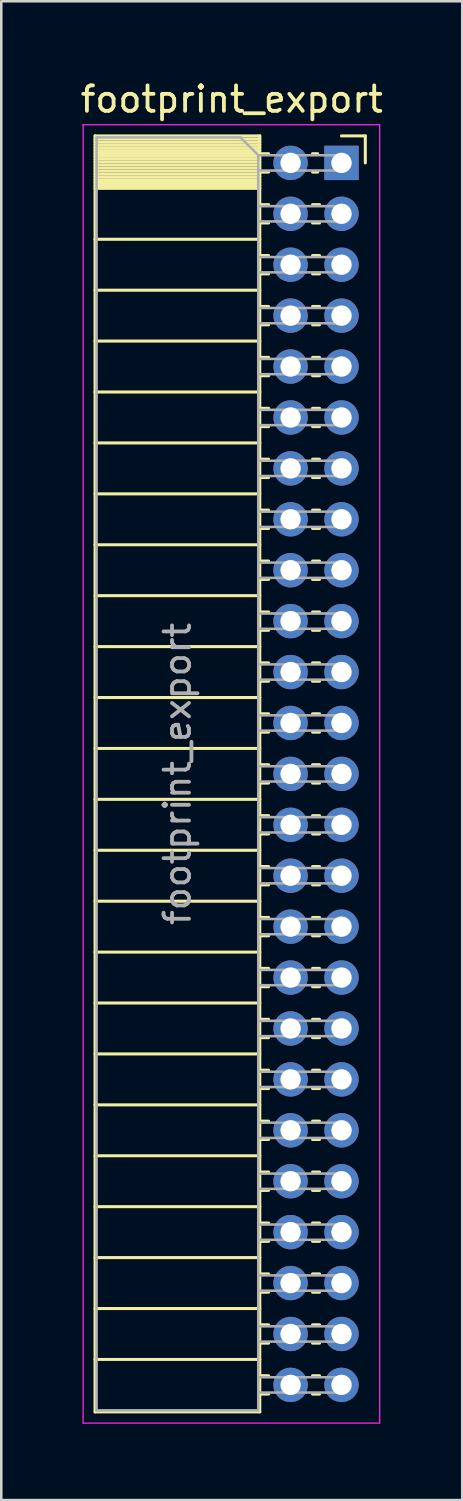
<source format=kicad_pcb>
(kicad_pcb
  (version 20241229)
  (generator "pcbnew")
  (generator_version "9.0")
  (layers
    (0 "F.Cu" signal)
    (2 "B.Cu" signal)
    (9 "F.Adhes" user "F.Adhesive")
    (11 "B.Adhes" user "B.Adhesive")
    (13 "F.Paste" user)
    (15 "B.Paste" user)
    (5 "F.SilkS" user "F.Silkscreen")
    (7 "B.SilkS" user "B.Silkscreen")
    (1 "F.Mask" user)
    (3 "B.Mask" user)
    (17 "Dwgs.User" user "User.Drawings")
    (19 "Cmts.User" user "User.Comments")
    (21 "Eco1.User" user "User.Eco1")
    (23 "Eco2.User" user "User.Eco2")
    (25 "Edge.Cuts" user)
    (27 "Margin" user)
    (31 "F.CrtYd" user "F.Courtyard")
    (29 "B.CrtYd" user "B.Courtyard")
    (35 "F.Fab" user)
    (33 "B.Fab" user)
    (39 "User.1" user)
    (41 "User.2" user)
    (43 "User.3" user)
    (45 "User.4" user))
  (footprint "footprint_export"
    (layer "F.Cu")
    (at 10.364 3.348)
    (property "Reference" "footprint_export" (at -4.31 -2.5 0) (layer "F.SilkS") (effects (font (size 1 1) (thickness 0.15))))
    (attr through_hole)
    (fp_line (start -9.68 -1.06) (end -9.68 49.06) (stroke (width 0.12) (type solid)) (layer "F.SilkS"))
    (fp_line (start -9.68 -1.06) (end -3.21 -1.06) (stroke (width 0.12) (type solid)) (layer "F.SilkS"))
    (fp_line (start -9.68 -0.94) (end -3.21 -0.94) (stroke (width 0.12) (type solid)) (layer "F.SilkS"))
    (fp_line (start -9.68 -0.826) (end -3.21 -0.826) (stroke (width 0.12) (type solid)) (layer "F.SilkS"))
    (fp_line (start -9.68 -0.712) (end -3.21 -0.712) (stroke (width 0.12) (type solid)) (layer "F.SilkS"))
    (fp_line (start -9.68 -0.598) (end -3.21 -0.598) (stroke (width 0.12) (type solid)) (layer "F.SilkS"))
    (fp_line (start -9.68 -0.484) (end -3.21 -0.484) (stroke (width 0.12) (type solid)) (layer "F.SilkS"))
    (fp_line (start -9.68 -0.369) (end -3.21 -0.369) (stroke (width 0.12) (type solid)) (layer "F.SilkS"))
    (fp_line (start -9.68 -0.255) (end -3.21 -0.255) (stroke (width 0.12) (type solid)) (layer "F.SilkS"))
    (fp_line (start -9.68 -0.141) (end -3.21 -0.141) (stroke (width 0.12) (type solid)) (layer "F.SilkS"))
    (fp_line (start -9.68 -0.027) (end -3.21 -0.027) (stroke (width 0.12) (type solid)) (layer "F.SilkS"))
    (fp_line (start -9.68 0.087) (end -3.21 0.087) (stroke (width 0.12) (type solid)) (layer "F.SilkS"))
    (fp_line (start -9.68 0.201) (end -3.21 0.201) (stroke (width 0.12) (type solid)) (layer "F.SilkS"))
    (fp_line (start -9.68 0.315) (end -3.21 0.315) (stroke (width 0.12) (type solid)) (layer "F.SilkS"))
    (fp_line (start -9.68 0.429) (end -3.21 0.429) (stroke (width 0.12) (type solid)) (layer "F.SilkS"))
    (fp_line (start -9.68 0.544) (end -3.21 0.544) (stroke (width 0.12) (type solid)) (layer "F.SilkS"))
    (fp_line (start -9.68 0.658) (end -3.21 0.658) (stroke (width 0.12) (type solid)) (layer "F.SilkS"))
    (fp_line (start -9.68 0.772) (end -3.21 0.772) (stroke (width 0.12) (type solid)) (layer "F.SilkS"))
    (fp_line (start -9.68 0.886) (end -3.21 0.886) (stroke (width 0.12) (type solid)) (layer "F.SilkS"))
    (fp_line (start -9.68 1) (end -3.21 1) (stroke (width 0.12) (type solid)) (layer "F.SilkS"))
    (fp_line (start -9.68 3) (end -3.21 3) (stroke (width 0.12) (type solid)) (layer "F.SilkS"))
    (fp_line (start -9.68 5) (end -3.21 5) (stroke (width 0.12) (type solid)) (layer "F.SilkS"))
    (fp_line (start -9.68 7) (end -3.21 7) (stroke (width 0.12) (type solid)) (layer "F.SilkS"))
    (fp_line (start -9.68 9) (end -3.21 9) (stroke (width 0.12) (type solid)) (layer "F.SilkS"))
    (fp_line (start -9.68 11) (end -3.21 11) (stroke (width 0.12) (type solid)) (layer "F.SilkS"))
    (fp_line (start -9.68 13) (end -3.21 13) (stroke (width 0.12) (type solid)) (layer "F.SilkS"))
    (fp_line (start -9.68 15) (end -3.21 15) (stroke (width 0.12) (type solid)) (layer "F.SilkS"))
    (fp_line (start -9.68 17) (end -3.21 17) (stroke (width 0.12) (type solid)) (layer "F.SilkS"))
    (fp_line (start -9.68 19) (end -3.21 19) (stroke (width 0.12) (type solid)) (layer "F.SilkS"))
    (fp_line (start -9.68 21) (end -3.21 21) (stroke (width 0.12) (type solid)) (layer "F.SilkS"))
    (fp_line (start -9.68 23) (end -3.21 23) (stroke (width 0.12) (type solid)) (layer "F.SilkS"))
    (fp_line (start -9.68 25) (end -3.21 25) (stroke (width 0.12) (type solid)) (layer "F.SilkS"))
    (fp_line (start -9.68 27) (end -3.21 27) (stroke (width 0.12) (type solid)) (layer "F.SilkS"))
    (fp_line (start -9.68 29) (end -3.21 29) (stroke (width 0.12) (type solid)) (layer "F.SilkS"))
    (fp_line (start -9.68 31) (end -3.21 31) (stroke (width 0.12) (type solid)) (layer "F.SilkS"))
    (fp_line (start -9.68 33) (end -3.21 33) (stroke (width 0.12) (type solid)) (layer "F.SilkS"))
    (fp_line (start -9.68 35) (end -3.21 35) (stroke (width 0.12) (type solid)) (layer "F.SilkS"))
    (fp_line (start -9.68 37) (end -3.21 37) (stroke (width 0.12) (type solid)) (layer "F.SilkS"))
    (fp_line (start -9.68 39) (end -3.21 39) (stroke (width 0.12) (type solid)) (layer "F.SilkS"))
    (fp_line (start -9.68 41) (end -3.21 41) (stroke (width 0.12) (type solid)) (layer "F.SilkS"))
    (fp_line (start -9.68 43) (end -3.21 43) (stroke (width 0.12) (type solid)) (layer "F.SilkS"))
    (fp_line (start -9.68 45) (end -3.21 45) (stroke (width 0.12) (type solid)) (layer "F.SilkS"))
    (fp_line (start -9.68 47) (end -3.21 47) (stroke (width 0.12) (type solid)) (layer "F.SilkS"))
    (fp_line (start -9.68 49.06) (end -3.21 49.06) (stroke (width 0.12) (type solid)) (layer "F.SilkS"))
    (fp_line (start -3.21 -1.06) (end -3.21 49.06) (stroke (width 0.12) (type solid)) (layer "F.SilkS"))
    (fp_line (start -3.21 -0.36) (end -2.863 -0.36) (stroke (width 0.12) (type solid)) (layer "F.SilkS"))
    (fp_line (start -3.21 0.36) (end -2.863 0.36) (stroke (width 0.12) (type solid)) (layer "F.SilkS"))
    (fp_line (start -3.21 1.64) (end -2.863 1.64) (stroke (width 0.12) (type solid)) (layer "F.SilkS"))
    (fp_line (start -3.21 2.36) (end -2.863 2.36) (stroke (width 0.12) (type solid)) (layer "F.SilkS"))
    (fp_line (start -3.21 3.64) (end -2.863 3.64) (stroke (width 0.12) (type solid)) (layer "F.SilkS"))
    (fp_line (start -3.21 4.36) (end -2.863 4.36) (stroke (width 0.12) (type solid)) (layer "F.SilkS"))
    (fp_line (start -3.21 5.64) (end -2.863 5.64) (stroke (width 0.12) (type solid)) (layer "F.SilkS"))
    (fp_line (start -3.21 6.36) (end -2.863 6.36) (stroke (width 0.12) (type solid)) (layer "F.SilkS"))
    (fp_line (start -3.21 7.64) (end -2.863 7.64) (stroke (width 0.12) (type solid)) (layer "F.SilkS"))
    (fp_line (start -3.21 8.36) (end -2.863 8.36) (stroke (width 0.12) (type solid)) (layer "F.SilkS"))
    (fp_line (start -3.21 9.64) (end -2.863 9.64) (stroke (width 0.12) (type solid)) (layer "F.SilkS"))
    (fp_line (start -3.21 10.36) (end -2.863 10.36) (stroke (width 0.12) (type solid)) (layer "F.SilkS"))
    (fp_line (start -3.21 11.64) (end -2.863 11.64) (stroke (width 0.12) (type solid)) (layer "F.SilkS"))
    (fp_line (start -3.21 12.36) (end -2.863 12.36) (stroke (width 0.12) (type solid)) (layer "F.SilkS"))
    (fp_line (start -3.21 13.64) (end -2.863 13.64) (stroke (width 0.12) (type solid)) (layer "F.SilkS"))
    (fp_line (start -3.21 14.36) (end -2.863 14.36) (stroke (width 0.12) (type solid)) (layer "F.SilkS"))
    (fp_line (start -3.21 15.64) (end -2.863 15.64) (stroke (width 0.12) (type solid)) (layer "F.SilkS"))
    (fp_line (start -3.21 16.36) (end -2.863 16.36) (stroke (width 0.12) (type solid)) (layer "F.SilkS"))
    (fp_line (start -3.21 17.64) (end -2.863 17.64) (stroke (width 0.12) (type solid)) (layer "F.SilkS"))
    (fp_line (start -3.21 18.36) (end -2.863 18.36) (stroke (width 0.12) (type solid)) (layer "F.SilkS"))
    (fp_line (start -3.21 19.64) (end -2.863 19.64) (stroke (width 0.12) (type solid)) (layer "F.SilkS"))
    (fp_line (start -3.21 20.36) (end -2.863 20.36) (stroke (width 0.12) (type solid)) (layer "F.SilkS"))
    (fp_line (start -3.21 21.64) (end -2.863 21.64) (stroke (width 0.12) (type solid)) (layer "F.SilkS"))
    (fp_line (start -3.21 22.36) (end -2.863 22.36) (stroke (width 0.12) (type solid)) (layer "F.SilkS"))
    (fp_line (start -3.21 23.64) (end -2.863 23.64) (stroke (width 0.12) (type solid)) (layer "F.SilkS"))
    (fp_line (start -3.21 24.36) (end -2.863 24.36) (stroke (width 0.12) (type solid)) (layer "F.SilkS"))
    (fp_line (start -3.21 25.64) (end -2.863 25.64) (stroke (width 0.12) (type solid)) (layer "F.SilkS"))
    (fp_line (start -3.21 26.36) (end -2.863 26.36) (stroke (width 0.12) (type solid)) (layer "F.SilkS"))
    (fp_line (start -3.21 27.64) (end -2.863 27.64) (stroke (width 0.12) (type solid)) (layer "F.SilkS"))
    (fp_line (start -3.21 28.36) (end -2.863 28.36) (stroke (width 0.12) (type solid)) (layer "F.SilkS"))
    (fp_line (start -3.21 29.64) (end -2.863 29.64) (stroke (width 0.12) (type solid)) (layer "F.SilkS"))
    (fp_line (start -3.21 30.36) (end -2.863 30.36) (stroke (width 0.12) (type solid)) (layer "F.SilkS"))
    (fp_line (start -3.21 31.64) (end -2.863 31.64) (stroke (width 0.12) (type solid)) (layer "F.SilkS"))
    (fp_line (start -3.21 32.36) (end -2.863 32.36) (stroke (width 0.12) (type solid)) (layer "F.SilkS"))
    (fp_line (start -3.21 33.64) (end -2.863 33.64) (stroke (width 0.12) (type solid)) (layer "F.SilkS"))
    (fp_line (start -3.21 34.36) (end -2.863 34.36) (stroke (width 0.12) (type solid)) (layer "F.SilkS"))
    (fp_line (start -3.21 35.64) (end -2.863 35.64) (stroke (width 0.12) (type solid)) (layer "F.SilkS"))
    (fp_line (start -3.21 36.36) (end -2.863 36.36) (stroke (width 0.12) (type solid)) (layer "F.SilkS"))
    (fp_line (start -3.21 37.64) (end -2.863 37.64) (stroke (width 0.12) (type solid)) (layer "F.SilkS"))
    (fp_line (start -3.21 38.36) (end -2.863 38.36) (stroke (width 0.12) (type solid)) (layer "F.SilkS"))
    (fp_line (start -3.21 39.64) (end -2.863 39.64) (stroke (width 0.12) (type solid)) (layer "F.SilkS"))
    (fp_line (start -3.21 40.36) (end -2.863 40.36) (stroke (width 0.12) (type solid)) (layer "F.SilkS"))
    (fp_line (start -3.21 41.64) (end -2.863 41.64) (stroke (width 0.12) (type solid)) (layer "F.SilkS"))
    (fp_line (start -3.21 42.36) (end -2.863 42.36) (stroke (width 0.12) (type solid)) (layer "F.SilkS"))
    (fp_line (start -3.21 43.64) (end -2.863 43.64) (stroke (width 0.12) (type solid)) (layer "F.SilkS"))
    (fp_line (start -3.21 44.36) (end -2.863 44.36) (stroke (width 0.12) (type solid)) (layer "F.SilkS"))
    (fp_line (start -3.21 45.64) (end -2.863 45.64) (stroke (width 0.12) (type solid)) (layer "F.SilkS"))
    (fp_line (start -3.21 46.36) (end -2.863 46.36) (stroke (width 0.12) (type solid)) (layer "F.SilkS"))
    (fp_line (start -3.21 47.64) (end -2.863 47.64) (stroke (width 0.12) (type solid)) (layer "F.SilkS"))
    (fp_line (start -3.21 48.36) (end -2.863 48.36) (stroke (width 0.12) (type solid)) (layer "F.SilkS"))
    (fp_line (start -1.137 -0.36) (end -0.935 -0.36) (stroke (width 0.12) (type solid)) (layer "F.SilkS"))
    (fp_line (start -1.137 0.36) (end -0.935 0.36) (stroke (width 0.12) (type solid)) (layer "F.SilkS"))
    (fp_line (start -1.137 1.64) (end -0.863 1.64) (stroke (width 0.12) (type solid)) (layer "F.SilkS"))
    (fp_line (start -1.137 2.36) (end -0.863 2.36) (stroke (width 0.12) (type solid)) (layer "F.SilkS"))
    (fp_line (start -1.137 3.64) (end -0.863 3.64) (stroke (width 0.12) (type solid)) (layer "F.SilkS"))
    (fp_line (start -1.137 4.36) (end -0.863 4.36) (stroke (width 0.12) (type solid)) (layer "F.SilkS"))
    (fp_line (start -1.137 5.64) (end -0.863 5.64) (stroke (width 0.12) (type solid)) (layer "F.SilkS"))
    (fp_line (start -1.137 6.36) (end -0.863 6.36) (stroke (width 0.12) (type solid)) (layer "F.SilkS"))
    (fp_line (start -1.137 7.64) (end -0.863 7.64) (stroke (width 0.12) (type solid)) (layer "F.SilkS"))
    (fp_line (start -1.137 8.36) (end -0.863 8.36) (stroke (width 0.12) (type solid)) (layer "F.SilkS"))
    (fp_line (start -1.137 9.64) (end -0.863 9.64) (stroke (width 0.12) (type solid)) (layer "F.SilkS"))
    (fp_line (start -1.137 10.36) (end -0.863 10.36) (stroke (width 0.12) (type solid)) (layer "F.SilkS"))
    (fp_line (start -1.137 11.64) (end -0.863 11.64) (stroke (width 0.12) (type solid)) (layer "F.SilkS"))
    (fp_line (start -1.137 12.36) (end -0.863 12.36) (stroke (width 0.12) (type solid)) (layer "F.SilkS"))
    (fp_line (start -1.137 13.64) (end -0.863 13.64) (stroke (width 0.12) (type solid)) (layer "F.SilkS"))
    (fp_line (start -1.137 14.36) (end -0.863 14.36) (stroke (width 0.12) (type solid)) (layer "F.SilkS"))
    (fp_line (start -1.137 15.64) (end -0.863 15.64) (stroke (width 0.12) (type solid)) (layer "F.SilkS"))
    (fp_line (start -1.137 16.36) (end -0.863 16.36) (stroke (width 0.12) (type solid)) (layer "F.SilkS"))
    (fp_line (start -1.137 17.64) (end -0.863 17.64) (stroke (width 0.12) (type solid)) (layer "F.SilkS"))
    (fp_line (start -1.137 18.36) (end -0.863 18.36) (stroke (width 0.12) (type solid)) (layer "F.SilkS"))
    (fp_line (start -1.137 19.64) (end -0.863 19.64) (stroke (width 0.12) (type solid)) (layer "F.SilkS"))
    (fp_line (start -1.137 20.36) (end -0.863 20.36) (stroke (width 0.12) (type solid)) (layer "F.SilkS"))
    (fp_line (start -1.137 21.64) (end -0.863 21.64) (stroke (width 0.12) (type solid)) (layer "F.SilkS"))
    (fp_line (start -1.137 22.36) (end -0.863 22.36) (stroke (width 0.12) (type solid)) (layer "F.SilkS"))
    (fp_line (start -1.137 23.64) (end -0.863 23.64) (stroke (width 0.12) (type solid)) (layer "F.SilkS"))
    (fp_line (start -1.137 24.36) (end -0.863 24.36) (stroke (width 0.12) (type solid)) (layer "F.SilkS"))
    (fp_line (start -1.137 25.64) (end -0.863 25.64) (stroke (width 0.12) (type solid)) (layer "F.SilkS"))
    (fp_line (start -1.137 26.36) (end -0.863 26.36) (stroke (width 0.12) (type solid)) (layer "F.SilkS"))
    (fp_line (start -1.137 27.64) (end -0.863 27.64) (stroke (width 0.12) (type solid)) (layer "F.SilkS"))
    (fp_line (start -1.137 28.36) (end -0.863 28.36) (stroke (width 0.12) (type solid)) (layer "F.SilkS"))
    (fp_line (start -1.137 29.64) (end -0.863 29.64) (stroke (width 0.12) (type solid)) (layer "F.SilkS"))
    (fp_line (start -1.137 30.36) (end -0.863 30.36) (stroke (width 0.12) (type solid)) (layer "F.SilkS"))
    (fp_line (start -1.137 31.64) (end -0.863 31.64) (stroke (width 0.12) (type solid)) (layer "F.SilkS"))
    (fp_line (start -1.137 32.36) (end -0.863 32.36) (stroke (width 0.12) (type solid)) (layer "F.SilkS"))
    (fp_line (start -1.137 33.64) (end -0.863 33.64) (stroke (width 0.12) (type solid)) (layer "F.SilkS"))
    (fp_line (start -1.137 34.36) (end -0.863 34.36) (stroke (width 0.12) (type solid)) (layer "F.SilkS"))
    (fp_line (start -1.137 35.64) (end -0.863 35.64) (stroke (width 0.12) (type solid)) (layer "F.SilkS"))
    (fp_line (start -1.137 36.36) (end -0.863 36.36) (stroke (width 0.12) (type solid)) (layer "F.SilkS"))
    (fp_line (start -1.137 37.64) (end -0.863 37.64) (stroke (width 0.12) (type solid)) (layer "F.SilkS"))
    (fp_line (start -1.137 38.36) (end -0.863 38.36) (stroke (width 0.12) (type solid)) (layer "F.SilkS"))
    (fp_line (start -1.137 39.64) (end -0.863 39.64) (stroke (width 0.12) (type solid)) (layer "F.SilkS"))
    (fp_line (start -1.137 40.36) (end -0.863 40.36) (stroke (width 0.12) (type solid)) (layer "F.SilkS"))
    (fp_line (start -1.137 41.64) (end -0.863 41.64) (stroke (width 0.12) (type solid)) (layer "F.SilkS"))
    (fp_line (start -1.137 42.36) (end -0.863 42.36) (stroke (width 0.12) (type solid)) (layer "F.SilkS"))
    (fp_line (start -1.137 43.64) (end -0.863 43.64) (stroke (width 0.12) (type solid)) (layer "F.SilkS"))
    (fp_line (start -1.137 44.36) (end -0.863 44.36) (stroke (width 0.12) (type solid)) (layer "F.SilkS"))
    (fp_line (start -1.137 45.64) (end -0.863 45.64) (stroke (width 0.12) (type solid)) (layer "F.SilkS"))
    (fp_line (start -1.137 46.36) (end -0.863 46.36) (stroke (width 0.12) (type solid)) (layer "F.SilkS"))
    (fp_line (start -1.137 47.64) (end -0.863 47.64) (stroke (width 0.12) (type solid)) (layer "F.SilkS"))
    (fp_line (start -1.137 48.36) (end -0.863 48.36) (stroke (width 0.12) (type solid)) (layer "F.SilkS"))
    (fp_line (start 0 -1.06) (end 0.935 -1.06) (stroke (width 0.12) (type solid)) (layer "F.SilkS"))
    (fp_line (start 0.935 -1.06) (end 0.935 0) (stroke (width 0.12) (type solid)) (layer "F.SilkS"))
    (fp_line (start -10.15 -1.5) (end -10.15 49.5) (stroke (width 0.05) (type solid)) (layer "F.CrtYd"))
    (fp_line (start -10.15 49.5) (end 1.5 49.5) (stroke (width 0.05) (type solid)) (layer "F.CrtYd"))
    (fp_line (start 1.5 -1.5) (end -10.15 -1.5) (stroke (width 0.05) (type solid)) (layer "F.CrtYd"))
    (fp_line (start 1.5 49.5) (end 1.5 -1.5) (stroke (width 0.05) (type solid)) (layer "F.CrtYd"))
    (fp_line (start -9.62 -1) (end -3.97 -1) (stroke (width 0.1) (type solid)) (layer "F.Fab"))
    (fp_line (start -9.62 49) (end -9.62 -1) (stroke (width 0.1) (type solid)) (layer "F.Fab"))
    (fp_line (start -3.97 -1) (end -3.27 -0.3) (stroke (width 0.1) (type solid)) (layer "F.Fab"))
    (fp_line (start -3.27 -0.3) (end -3.27 49) (stroke (width 0.1) (type solid)) (layer "F.Fab"))
    (fp_line (start -3.27 0.3) (end 0 0.3) (stroke (width 0.1) (type solid)) (layer "F.Fab"))
    (fp_line (start -3.27 2.3) (end 0 2.3) (stroke (width 0.1) (type solid)) (layer "F.Fab"))
    (fp_line (start -3.27 4.3) (end 0 4.3) (stroke (width 0.1) (type solid)) (layer "F.Fab"))
    (fp_line (start -3.27 6.3) (end 0 6.3) (stroke (width 0.1) (type solid)) (layer "F.Fab"))
    (fp_line (start -3.27 8.3) (end 0 8.3) (stroke (width 0.1) (type solid)) (layer "F.Fab"))
    (fp_line (start -3.27 10.3) (end 0 10.3) (stroke (width 0.1) (type solid)) (layer "F.Fab"))
    (fp_line (start -3.27 12.3) (end 0 12.3) (stroke (width 0.1) (type solid)) (layer "F.Fab"))
    (fp_line (start -3.27 14.3) (end 0 14.3) (stroke (width 0.1) (type solid)) (layer "F.Fab"))
    (fp_line (start -3.27 16.3) (end 0 16.3) (stroke (width 0.1) (type solid)) (layer "F.Fab"))
    (fp_line (start -3.27 18.3) (end 0 18.3) (stroke (width 0.1) (type solid)) (layer "F.Fab"))
    (fp_line (start -3.27 20.3) (end 0 20.3) (stroke (width 0.1) (type solid)) (layer "F.Fab"))
    (fp_line (start -3.27 22.3) (end 0 22.3) (stroke (width 0.1) (type solid)) (layer "F.Fab"))
    (fp_line (start -3.27 24.3) (end 0 24.3) (stroke (width 0.1) (type solid)) (layer "F.Fab"))
    (fp_line (start -3.27 26.3) (end 0 26.3) (stroke (width 0.1) (type solid)) (layer "F.Fab"))
    (fp_line (start -3.27 28.3) (end 0 28.3) (stroke (width 0.1) (type solid)) (layer "F.Fab"))
    (fp_line (start -3.27 30.3) (end 0 30.3) (stroke (width 0.1) (type solid)) (layer "F.Fab"))
    (fp_line (start -3.27 32.3) (end 0 32.3) (stroke (width 0.1) (type solid)) (layer "F.Fab"))
    (fp_line (start -3.27 34.3) (end 0 34.3) (stroke (width 0.1) (type solid)) (layer "F.Fab"))
    (fp_line (start -3.27 36.3) (end 0 36.3) (stroke (width 0.1) (type solid)) (layer "F.Fab"))
    (fp_line (start -3.27 38.3) (end 0 38.3) (stroke (width 0.1) (type solid)) (layer "F.Fab"))
    (fp_line (start -3.27 40.3) (end 0 40.3) (stroke (width 0.1) (type solid)) (layer "F.Fab"))
    (fp_line (start -3.27 42.3) (end 0 42.3) (stroke (width 0.1) (type solid)) (layer "F.Fab"))
    (fp_line (start -3.27 44.3) (end 0 44.3) (stroke (width 0.1) (type solid)) (layer "F.Fab"))
    (fp_line (start -3.27 46.3) (end 0 46.3) (stroke (width 0.1) (type solid)) (layer "F.Fab"))
    (fp_line (start -3.27 48.3) (end 0 48.3) (stroke (width 0.1) (type solid)) (layer "F.Fab"))
    (fp_line (start -3.27 49) (end -9.62 49) (stroke (width 0.1) (type solid)) (layer "F.Fab"))
    (fp_line (start 0 -0.3) (end -3.27 -0.3) (stroke (width 0.1) (type solid)) (layer "F.Fab"))
    (fp_line (start 0 0.3) (end 0 -0.3) (stroke (width 0.1) (type solid)) (layer "F.Fab"))
    (fp_line (start 0 1.7) (end -3.27 1.7) (stroke (width 0.1) (type solid)) (layer "F.Fab"))
    (fp_line (start 0 2.3) (end 0 1.7) (stroke (width 0.1) (type solid)) (layer "F.Fab"))
    (fp_line (start 0 3.7) (end -3.27 3.7) (stroke (width 0.1) (type solid)) (layer "F.Fab"))
    (fp_line (start 0 4.3) (end 0 3.7) (stroke (width 0.1) (type solid)) (layer "F.Fab"))
    (fp_line (start 0 5.7) (end -3.27 5.7) (stroke (width 0.1) (type solid)) (layer "F.Fab"))
    (fp_line (start 0 6.3) (end 0 5.7) (stroke (width 0.1) (type solid)) (layer "F.Fab"))
    (fp_line (start 0 7.7) (end -3.27 7.7) (stroke (width 0.1) (type solid)) (layer "F.Fab"))
    (fp_line (start 0 8.3) (end 0 7.7) (stroke (width 0.1) (type solid)) (layer "F.Fab"))
    (fp_line (start 0 9.7) (end -3.27 9.7) (stroke (width 0.1) (type solid)) (layer "F.Fab"))
    (fp_line (start 0 10.3) (end 0 9.7) (stroke (width 0.1) (type solid)) (layer "F.Fab"))
    (fp_line (start 0 11.7) (end -3.27 11.7) (stroke (width 0.1) (type solid)) (layer "F.Fab"))
    (fp_line (start 0 12.3) (end 0 11.7) (stroke (width 0.1) (type solid)) (layer "F.Fab"))
    (fp_line (start 0 13.7) (end -3.27 13.7) (stroke (width 0.1) (type solid)) (layer "F.Fab"))
    (fp_line (start 0 14.3) (end 0 13.7) (stroke (width 0.1) (type solid)) (layer "F.Fab"))
    (fp_line (start 0 15.7) (end -3.27 15.7) (stroke (width 0.1) (type solid)) (layer "F.Fab"))
    (fp_line (start 0 16.3) (end 0 15.7) (stroke (width 0.1) (type solid)) (layer "F.Fab"))
    (fp_line (start 0 17.7) (end -3.27 17.7) (stroke (width 0.1) (type solid)) (layer "F.Fab"))
    (fp_line (start 0 18.3) (end 0 17.7) (stroke (width 0.1) (type solid)) (layer "F.Fab"))
    (fp_line (start 0 19.7) (end -3.27 19.7) (stroke (width 0.1) (type solid)) (layer "F.Fab"))
    (fp_line (start 0 20.3) (end 0 19.7) (stroke (width 0.1) (type solid)) (layer "F.Fab"))
    (fp_line (start 0 21.7) (end -3.27 21.7) (stroke (width 0.1) (type solid)) (layer "F.Fab"))
    (fp_line (start 0 22.3) (end 0 21.7) (stroke (width 0.1) (type solid)) (layer "F.Fab"))
    (fp_line (start 0 23.7) (end -3.27 23.7) (stroke (width 0.1) (type solid)) (layer "F.Fab"))
    (fp_line (start 0 24.3) (end 0 23.7) (stroke (width 0.1) (type solid)) (layer "F.Fab"))
    (fp_line (start 0 25.7) (end -3.27 25.7) (stroke (width 0.1) (type solid)) (layer "F.Fab"))
    (fp_line (start 0 26.3) (end 0 25.7) (stroke (width 0.1) (type solid)) (layer "F.Fab"))
    (fp_line (start 0 27.7) (end -3.27 27.7) (stroke (width 0.1) (type solid)) (layer "F.Fab"))
    (fp_line (start 0 28.3) (end 0 27.7) (stroke (width 0.1) (type solid)) (layer "F.Fab"))
    (fp_line (start 0 29.7) (end -3.27 29.7) (stroke (width 0.1) (type solid)) (layer "F.Fab"))
    (fp_line (start 0 30.3) (end 0 29.7) (stroke (width 0.1) (type solid)) (layer "F.Fab"))
    (fp_line (start 0 31.7) (end -3.27 31.7) (stroke (width 0.1) (type solid)) (layer "F.Fab"))
    (fp_line (start 0 32.3) (end 0 31.7) (stroke (width 0.1) (type solid)) (layer "F.Fab"))
    (fp_line (start 0 33.7) (end -3.27 33.7) (stroke (width 0.1) (type solid)) (layer "F.Fab"))
    (fp_line (start 0 34.3) (end 0 33.7) (stroke (width 0.1) (type solid)) (layer "F.Fab"))
    (fp_line (start 0 35.7) (end -3.27 35.7) (stroke (width 0.1) (type solid)) (layer "F.Fab"))
    (fp_line (start 0 36.3) (end 0 35.7) (stroke (width 0.1) (type solid)) (layer "F.Fab"))
    (fp_line (start 0 37.7) (end -3.27 37.7) (stroke (width 0.1) (type solid)) (layer "F.Fab"))
    (fp_line (start 0 38.3) (end 0 37.7) (stroke (width 0.1) (type solid)) (layer "F.Fab"))
    (fp_line (start 0 39.7) (end -3.27 39.7) (stroke (width 0.1) (type solid)) (layer "F.Fab"))
    (fp_line (start 0 40.3) (end 0 39.7) (stroke (width 0.1) (type solid)) (layer "F.Fab"))
    (fp_line (start 0 41.7) (end -3.27 41.7) (stroke (width 0.1) (type solid)) (layer "F.Fab"))
    (fp_line (start 0 42.3) (end 0 41.7) (stroke (width 0.1) (type solid)) (layer "F.Fab"))
    (fp_line (start 0 43.7) (end -3.27 43.7) (stroke (width 0.1) (type solid)) (layer "F.Fab"))
    (fp_line (start 0 44.3) (end 0 43.7) (stroke (width 0.1) (type solid)) (layer "F.Fab"))
    (fp_line (start 0 45.7) (end -3.27 45.7) (stroke (width 0.1) (type solid)) (layer "F.Fab"))
    (fp_line (start 0 46.3) (end 0 45.7) (stroke (width 0.1) (type solid)) (layer "F.Fab"))
    (fp_line (start 0 47.7) (end -3.27 47.7) (stroke (width 0.1) (type solid)) (layer "F.Fab"))
    (fp_line (start 0 48.3) (end 0 47.7) (stroke (width 0.1) (type solid)) (layer "F.Fab"))
    (fp_text user "${REFERENCE}" (at -6.445 24 90) (layer "F.Fab") (effects (font (size 1 1) (thickness 0.15))))
    (pad "1" thru_hole rect (at 0 0) (size 1.35 1.35) (drill 0.8) (layers "*.Cu" "*.Mask"))
    (pad "2" thru_hole oval (at -2 0) (size 1.35 1.35) (drill 0.8) (layers "*.Cu" "*.Mask"))
    (pad "3" thru_hole oval (at 0 2) (size 1.35 1.35) (drill 0.8) (layers "*.Cu" "*.Mask"))
    (pad "4" thru_hole oval (at -2 2) (size 1.35 1.35) (drill 0.8) (layers "*.Cu" "*.Mask"))
    (pad "5" thru_hole oval (at 0 4) (size 1.35 1.35) (drill 0.8) (layers "*.Cu" "*.Mask"))
    (pad "6" thru_hole oval (at -2 4) (size 1.35 1.35) (drill 0.8) (layers "*.Cu" "*.Mask"))
    (pad "7" thru_hole oval (at 0 6) (size 1.35 1.35) (drill 0.8) (layers "*.Cu" "*.Mask"))
    (pad "8" thru_hole oval (at -2 6) (size 1.35 1.35) (drill 0.8) (layers "*.Cu" "*.Mask"))
    (pad "9" thru_hole oval (at 0 8) (size 1.35 1.35) (drill 0.8) (layers "*.Cu" "*.Mask"))
    (pad "10" thru_hole oval (at -2 8) (size 1.35 1.35) (drill 0.8) (layers "*.Cu" "*.Mask"))
    (pad "11" thru_hole oval (at 0 10) (size 1.35 1.35) (drill 0.8) (layers "*.Cu" "*.Mask"))
    (pad "12" thru_hole oval (at -2 10) (size 1.35 1.35) (drill 0.8) (layers "*.Cu" "*.Mask"))
    (pad "13" thru_hole oval (at 0 12) (size 1.35 1.35) (drill 0.8) (layers "*.Cu" "*.Mask"))
    (pad "14" thru_hole oval (at -2 12) (size 1.35 1.35) (drill 0.8) (layers "*.Cu" "*.Mask"))
    (pad "15" thru_hole oval (at 0 14) (size 1.35 1.35) (drill 0.8) (layers "*.Cu" "*.Mask"))
    (pad "16" thru_hole oval (at -2 14) (size 1.35 1.35) (drill 0.8) (layers "*.Cu" "*.Mask"))
    (pad "17" thru_hole oval (at 0 16) (size 1.35 1.35) (drill 0.8) (layers "*.Cu" "*.Mask"))
    (pad "18" thru_hole oval (at -2 16) (size 1.35 1.35) (drill 0.8) (layers "*.Cu" "*.Mask"))
    (pad "19" thru_hole oval (at 0 18) (size 1.35 1.35) (drill 0.8) (layers "*.Cu" "*.Mask"))
    (pad "20" thru_hole oval (at -2 18) (size 1.35 1.35) (drill 0.8) (layers "*.Cu" "*.Mask"))
    (pad "21" thru_hole oval (at 0 20) (size 1.35 1.35) (drill 0.8) (layers "*.Cu" "*.Mask"))
    (pad "22" thru_hole oval (at -2 20) (size 1.35 1.35) (drill 0.8) (layers "*.Cu" "*.Mask"))
    (pad "23" thru_hole oval (at 0 22) (size 1.35 1.35) (drill 0.8) (layers "*.Cu" "*.Mask"))
    (pad "24" thru_hole oval (at -2 22) (size 1.35 1.35) (drill 0.8) (layers "*.Cu" "*.Mask"))
    (pad "25" thru_hole oval (at 0 24) (size 1.35 1.35) (drill 0.8) (layers "*.Cu" "*.Mask"))
    (pad "26" thru_hole oval (at -2 24) (size 1.35 1.35) (drill 0.8) (layers "*.Cu" "*.Mask"))
    (pad "27" thru_hole oval (at 0 26) (size 1.35 1.35) (drill 0.8) (layers "*.Cu" "*.Mask"))
    (pad "28" thru_hole oval (at -2 26) (size 1.35 1.35) (drill 0.8) (layers "*.Cu" "*.Mask"))
    (pad "29" thru_hole oval (at 0 28) (size 1.35 1.35) (drill 0.8) (layers "*.Cu" "*.Mask"))
    (pad "30" thru_hole oval (at -2 28) (size 1.35 1.35) (drill 0.8) (layers "*.Cu" "*.Mask"))
    (pad "31" thru_hole oval (at 0 30) (size 1.35 1.35) (drill 0.8) (layers "*.Cu" "*.Mask"))
    (pad "32" thru_hole oval (at -2 30) (size 1.35 1.35) (drill 0.8) (layers "*.Cu" "*.Mask"))
    (pad "33" thru_hole oval (at 0 32) (size 1.35 1.35) (drill 0.8) (layers "*.Cu" "*.Mask"))
    (pad "34" thru_hole oval (at -2 32) (size 1.35 1.35) (drill 0.8) (layers "*.Cu" "*.Mask"))
    (pad "35" thru_hole oval (at 0 34) (size 1.35 1.35) (drill 0.8) (layers "*.Cu" "*.Mask"))
    (pad "36" thru_hole oval (at -2 34) (size 1.35 1.35) (drill 0.8) (layers "*.Cu" "*.Mask"))
    (pad "37" thru_hole oval (at 0 36) (size 1.35 1.35) (drill 0.8) (layers "*.Cu" "*.Mask"))
    (pad "38" thru_hole oval (at -2 36) (size 1.35 1.35) (drill 0.8) (layers "*.Cu" "*.Mask"))
    (pad "39" thru_hole oval (at 0 38) (size 1.35 1.35) (drill 0.8) (layers "*.Cu" "*.Mask"))
    (pad "40" thru_hole oval (at -2 38) (size 1.35 1.35) (drill 0.8) (layers "*.Cu" "*.Mask"))
    (pad "41" thru_hole oval (at 0 40) (size 1.35 1.35) (drill 0.8) (layers "*.Cu" "*.Mask"))
    (pad "42" thru_hole oval (at -2 40) (size 1.35 1.35) (drill 0.8) (layers "*.Cu" "*.Mask"))
    (pad "43" thru_hole oval (at 0 42) (size 1.35 1.35) (drill 0.8) (layers "*.Cu" "*.Mask"))
    (pad "44" thru_hole oval (at -2 42) (size 1.35 1.35) (drill 0.8) (layers "*.Cu" "*.Mask"))
    (pad "45" thru_hole oval (at 0 44) (size 1.35 1.35) (drill 0.8) (layers "*.Cu" "*.Mask"))
    (pad "46" thru_hole oval (at -2 44) (size 1.35 1.35) (drill 0.8) (layers "*.Cu" "*.Mask"))
    (pad "47" thru_hole oval (at 0 46) (size 1.35 1.35) (drill 0.8) (layers "*.Cu" "*.Mask"))
    (pad "48" thru_hole oval (at -2 46) (size 1.35 1.35) (drill 0.8) (layers "*.Cu" "*.Mask"))
    (pad "49" thru_hole oval (at 0 48) (size 1.35 1.35) (drill 0.8) (layers "*.Cu" "*.Mask"))
    (pad "50" thru_hole oval (at -2 48) (size 1.35 1.35) (drill 0.8) (layers "*.Cu" "*.Mask")))
  (gr_rect
    (start -3 -3)
    (end 15.107 55.873)
    (stroke (width 0.1) (type default))
    (fill no)
    (layer "Edge.Cuts")))
</source>
